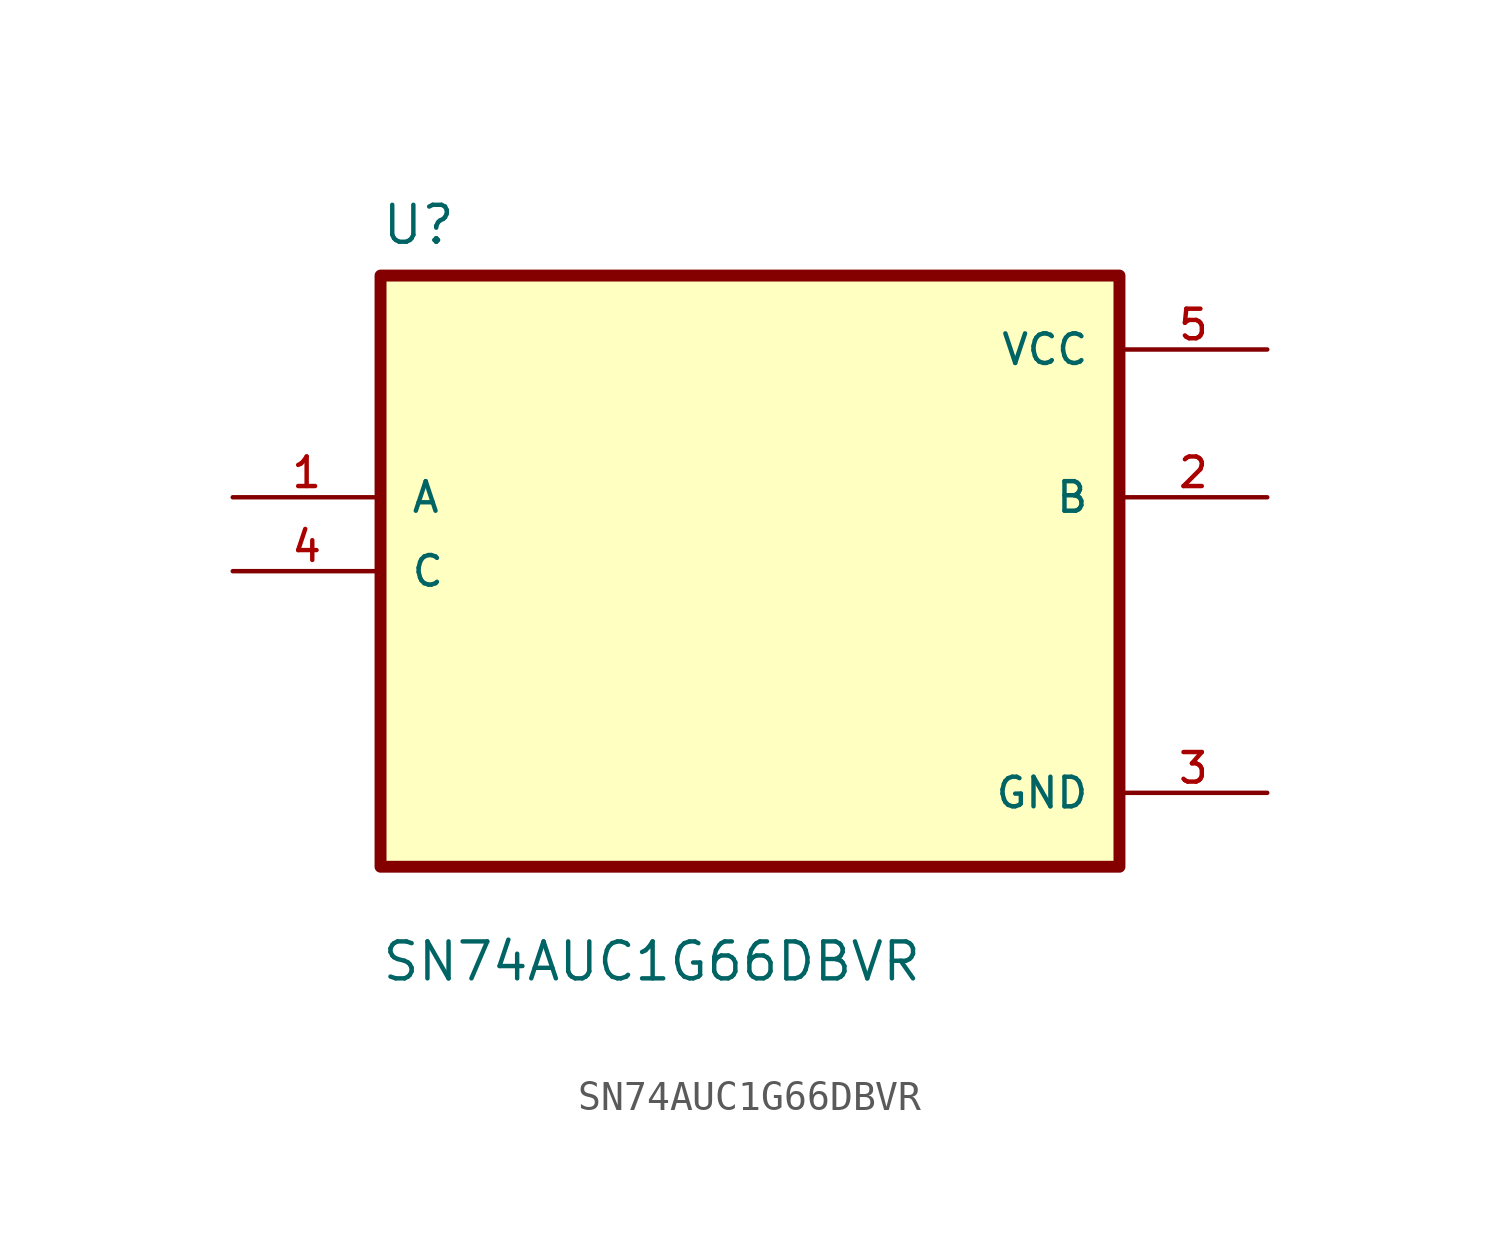
<source format=kicad_sym>
(kicad_symbol_lib
  (version 20211014)
  (generator kicad_symbol_editor)
  (symbol "SN74AUC1G66DBVR"
    (pin_names
      (offset 1.016))
    (property "Reference" "U"
      (at -12.7 11.16 0.0)
      (effects (font (size 1.27 1.27)) (justify bottom left)))
    (property "Value" "SN74AUC1G66DBVR"
      (at -12.7 -14.16 0.0)
      (effects (font (size 1.27 1.27)) (justify bottom left)))
    (symbol "SN74AUC1G66DBVR_0_0"
      (rectangle (start -12.7 -10.16) (end 12.7 10.16) (stroke (width 0.41)) (fill (type background)))
      (pin input line (at -17.78 2.54 0) (length 5.08) (name "A" (effects (font (size 1.016 1.016)))) (number "1" (effects (font (size 1.016 1.016)))))
      (pin input line (at -17.78 0.0 0) (length 5.08) (name "C" (effects (font (size 1.016 1.016)))) (number "4" (effects (font (size 1.016 1.016)))))
      (pin power_in line (at 17.78 7.62 180.0) (length 5.08) (name "VCC" (effects (font (size 1.016 1.016)))) (number "5" (effects (font (size 1.016 1.016)))))
      (pin output line (at 17.78 2.54 180.0) (length 5.08) (name "B" (effects (font (size 1.016 1.016)))) (number "2" (effects (font (size 1.016 1.016)))))
      (pin power_in line (at 17.78 -7.62 180.0) (length 5.08) (name "GND" (effects (font (size 1.016 1.016)))) (number "3" (effects (font (size 1.016 1.016))))))))
</source>
